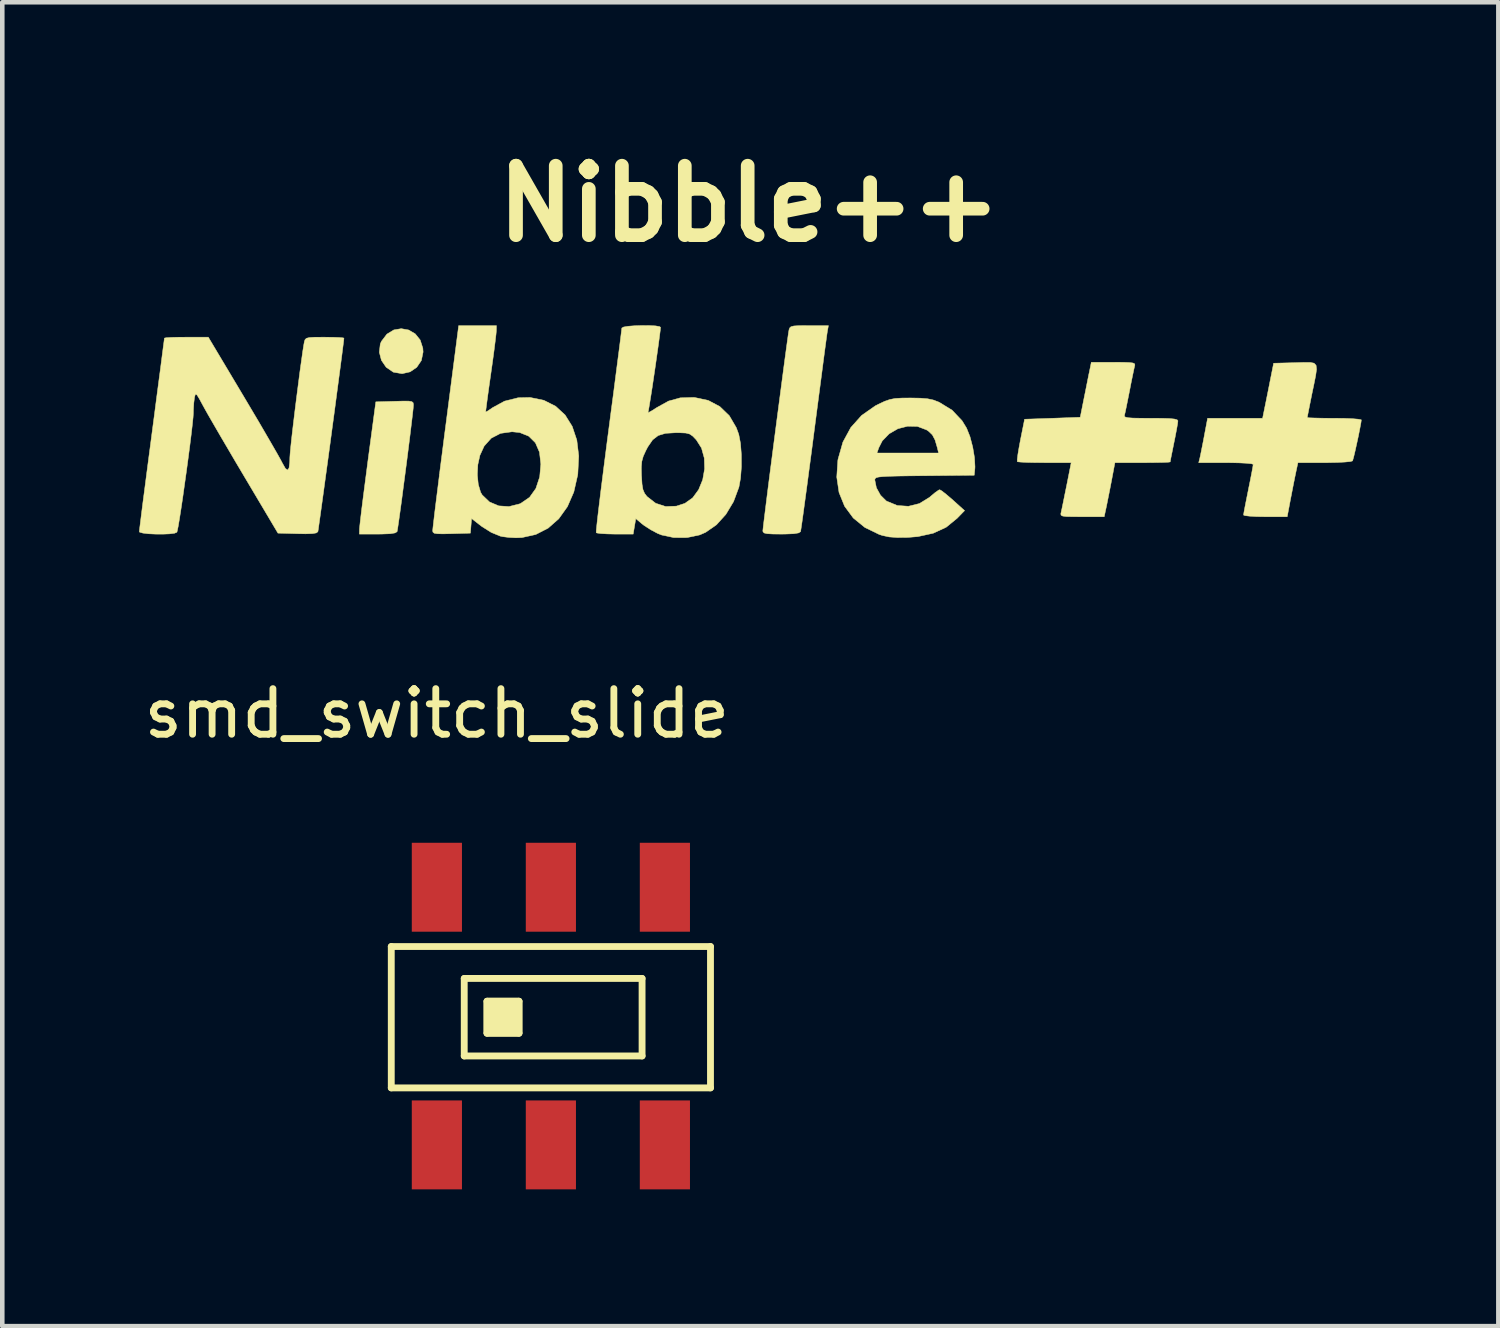
<source format=kicad_pcb>
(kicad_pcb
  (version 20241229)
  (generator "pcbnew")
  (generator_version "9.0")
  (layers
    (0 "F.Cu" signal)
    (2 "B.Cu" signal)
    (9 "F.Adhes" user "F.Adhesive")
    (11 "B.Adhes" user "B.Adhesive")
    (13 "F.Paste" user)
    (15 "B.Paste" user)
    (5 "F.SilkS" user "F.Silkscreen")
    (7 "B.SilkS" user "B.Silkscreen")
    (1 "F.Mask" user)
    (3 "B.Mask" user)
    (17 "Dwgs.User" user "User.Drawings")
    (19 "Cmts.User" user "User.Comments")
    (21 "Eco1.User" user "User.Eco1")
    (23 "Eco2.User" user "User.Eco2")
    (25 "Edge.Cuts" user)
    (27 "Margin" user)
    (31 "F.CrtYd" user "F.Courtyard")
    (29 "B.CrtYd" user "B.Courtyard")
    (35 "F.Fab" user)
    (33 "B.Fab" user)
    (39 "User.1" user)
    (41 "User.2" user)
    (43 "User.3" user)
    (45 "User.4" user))
  (footprint "smd_switch_slide"
    (layer "F.Cu")
    (at 6.53 16.406)
    (property "Reference" "smd_switch_slide" (at 0 -3.81 0) (layer "F.SilkS") (effects (font (size 1 1) (thickness 0.15))))
    (attr through_hole)
    (fp_line (start -1 1.3) (end 6 1.3) (stroke (width 0.15) (type solid)) (layer "F.SilkS"))
    (fp_line (start -1 4.4) (end -1 1.3) (stroke (width 0.15) (type solid)) (layer "F.SilkS"))
    (fp_line (start 0.6 2) (end 0.6 3.7) (stroke (width 0.15) (type solid)) (layer "F.SilkS"))
    (fp_line (start 0.6 3.7) (end 4.5 3.7) (stroke (width 0.15) (type solid)) (layer "F.SilkS"))
    (fp_line (start 1.1 2.5) (end 1.1 3.2) (stroke (width 0.15) (type solid)) (layer "F.SilkS"))
    (fp_line (start 1.1 3.2) (end 1.8 3.2) (stroke (width 0.15) (type solid)) (layer "F.SilkS"))
    (fp_line (start 1.8 2.5) (end 1.1 2.5) (stroke (width 0.15) (type solid)) (layer "F.SilkS"))
    (fp_line (start 1.8 3.2) (end 1.8 2.5) (stroke (width 0.15) (type solid)) (layer "F.SilkS"))
    (fp_line (start 4.5 2) (end 0.6 2) (stroke (width 0.15) (type solid)) (layer "F.SilkS"))
    (fp_line (start 4.5 3.7) (end 4.5 2) (stroke (width 0.15) (type solid)) (layer "F.SilkS"))
    (fp_line (start 6 1.3) (end 6 4.4) (stroke (width 0.15) (type solid)) (layer "F.SilkS"))
    (fp_line (start 6 4.4) (end -1 4.4) (stroke (width 0.15) (type solid)) (layer "F.SilkS"))
    (fp_poly (pts (xy 1.1 2.5) (xy 1.8 2.5) (xy 1.8 3.2) (xy 1.1 3.2)) (stroke (width 0.15) (type solid)) (fill yes) (layer "F.SilkS"))
    (pad "1" smd rect (at 0 0) (size 1.1 1.95) (layers "F.Cu" "F.Mask" "F.Paste"))
    (pad "1" smd rect (at 0 5.65) (size 1.1 1.95) (layers "F.Cu" "F.Mask" "F.Paste"))
    (pad "2" smd rect (at 2.5 0) (size 1.1 1.95) (layers "F.Cu" "F.Mask" "F.Paste"))
    (pad "2" smd rect (at 2.5 5.65) (size 1.1 1.95) (layers "F.Cu" "F.Mask" "F.Paste"))
    (pad "3" smd rect (at 5 0) (size 1.1 1.95) (layers "F.Cu" "F.Mask" "F.Paste"))
    (pad "3" smd rect (at 5 5.65) (size 1.1 1.95) (layers "F.Cu" "F.Mask" "F.Paste")))
  (footprint "Nibble++"
    (layer "F.Cu")
    (at 13.382 6.418)
    (property "Reference" "Nibble++" (at 0 -5 0) (layer "F.SilkS") (effects (font (size 1.524 1.524) (thickness 0.3))))
    (attr through_hole)
    (fp_poly (pts (xy -7.471 -2.232) (xy -7.327 -2.148) (xy -7.218 -2.013) (xy -7.16 -1.833) (xy -7.154 -1.749) (xy -7.192 -1.563) (xy -7.293 -1.414) (xy -7.439 -1.314) (xy -7.614 -1.274) (xy -7.801 -1.306) (xy -7.811 -1.31) (xy -7.964 -1.415) (xy -8.068 -1.567) (xy -8.114 -1.745) (xy -8.093 -1.924) (xy -8.068 -1.983) (xy -7.948 -2.141) (xy -7.797 -2.233) (xy -7.633 -2.261) (xy -7.471 -2.232)) (stroke (width 0.01) (type solid)) (fill yes) (layer "F.SilkS"))
    (fp_poly (pts (xy -7.469 -0.672) (xy -7.402 -0.661) (xy -7.373 -0.638) (xy -7.366 -0.599) (xy -7.366 -0.583) (xy -7.371 -0.516) (xy -7.386 -0.379) (xy -7.409 -0.185) (xy -7.438 0.054) (xy -7.472 0.326) (xy -7.509 0.618) (xy -7.548 0.917) (xy -7.587 1.212) (xy -7.623 1.489) (xy -7.657 1.737) (xy -7.686 1.943) (xy -7.708 2.094) (xy -7.722 2.179) (xy -7.725 2.191) (xy -7.768 2.218) (xy -7.877 2.236) (xy -8.06 2.243) (xy -8.148 2.244) (xy -8.551 2.244) (xy -8.549 2.127) (xy -8.542 2.058) (xy -8.526 1.915) (xy -8.502 1.711) (xy -8.47 1.457) (xy -8.432 1.163) (xy -8.39 0.841) (xy -8.369 0.677) (xy -8.191 -0.656) (xy -7.779 -0.668) (xy -7.59 -0.673) (xy -7.469 -0.672)) (stroke (width 0.01) (type solid)) (fill yes) (layer "F.SilkS"))
    (fp_poly (pts (xy 1.713 -2.212) (xy 1.703 -2.148) (xy 1.684 -2.008) (xy 1.656 -1.802) (xy 1.621 -1.537) (xy 1.58 -1.222) (xy 1.533 -0.866) (xy 1.482 -0.477) (xy 1.428 -0.063) (xy 1.417 0.021) (xy 1.363 0.436) (xy 1.311 0.826) (xy 1.264 1.183) (xy 1.221 1.499) (xy 1.185 1.765) (xy 1.156 1.974) (xy 1.135 2.117) (xy 1.124 2.186) (xy 1.123 2.191) (xy 1.08 2.218) (xy 0.971 2.236) (xy 0.788 2.243) (xy 0.7 2.244) (xy 0.511 2.242) (xy 0.391 2.235) (xy 0.326 2.22) (xy 0.3 2.194) (xy 0.296 2.172) (xy 0.302 2.115) (xy 0.317 1.985) (xy 0.341 1.79) (xy 0.372 1.54) (xy 0.409 1.245) (xy 0.451 0.916) (xy 0.497 0.561) (xy 0.545 0.191) (xy 0.594 -0.186) (xy 0.643 -0.558) (xy 0.69 -0.916) (xy 0.734 -1.251) (xy 0.774 -1.553) (xy 0.809 -1.811) (xy 0.837 -2.017) (xy 0.857 -2.16) (xy 0.869 -2.23) (xy 0.869 -2.233) (xy 0.884 -2.276) (xy 0.914 -2.304) (xy 0.977 -2.32) (xy 1.089 -2.327) (xy 1.266 -2.328) (xy 1.312 -2.328) (xy 1.734 -2.328) (xy 1.713 -2.212)) (stroke (width 0.01) (type solid)) (fill yes) (layer "F.SilkS"))
    (fp_poly (pts (xy 8.195 -1.523) (xy 8.333 -1.518) (xy 8.413 -1.508) (xy 8.449 -1.49) (xy 8.454 -1.462) (xy 8.451 -1.45) (xy 8.435 -1.38) (xy 8.407 -1.247) (xy 8.371 -1.071) (xy 8.34 -0.91) (xy 8.301 -0.715) (xy 8.267 -0.546) (xy 8.241 -0.423) (xy 8.228 -0.37) (xy 8.226 -0.341) (xy 8.247 -0.321) (xy 8.305 -0.308) (xy 8.41 -0.3) (xy 8.576 -0.297) (xy 8.802 -0.296) (xy 9.045 -0.295) (xy 9.215 -0.29) (xy 9.323 -0.279) (xy 9.38 -0.263) (xy 9.398 -0.24) (xy 9.398 -0.237) (xy 9.39 -0.173) (xy 9.368 -0.046) (xy 9.336 0.121) (xy 9.313 0.233) (xy 9.278 0.408) (xy 9.249 0.55) (xy 9.232 0.64) (xy 9.229 0.661) (xy 9.189 0.667) (xy 9.079 0.672) (xy 8.915 0.675) (xy 8.711 0.677) (xy 8.623 0.677) (xy 8.017 0.677) (xy 7.943 1.069) (xy 7.904 1.27) (xy 7.865 1.465) (xy 7.834 1.621) (xy 7.825 1.662) (xy 7.782 1.863) (xy 7.298 1.863) (xy 7.09 1.862) (xy 6.953 1.859) (xy 6.873 1.849) (xy 6.837 1.831) (xy 6.83 1.802) (xy 6.837 1.767) (xy 6.854 1.689) (xy 6.883 1.549) (xy 6.92 1.366) (xy 6.959 1.175) (xy 7.058 0.677) (xy 6.478 0.677) (xy 6.266 0.676) (xy 6.084 0.672) (xy 5.951 0.665) (xy 5.882 0.658) (xy 5.877 0.655) (xy 5.875 0.608) (xy 5.889 0.495) (xy 5.916 0.335) (xy 5.945 0.179) (xy 6.036 -0.275) (xy 6.646 -0.296) (xy 7.256 -0.318) (xy 7.332 -0.699) (xy 7.373 -0.901) (xy 7.413 -1.103) (xy 7.446 -1.267) (xy 7.454 -1.302) (xy 7.499 -1.524) (xy 7.986 -1.524) (xy 8.195 -1.523)) (stroke (width 0.01) (type solid)) (fill yes) (layer "F.SilkS"))
    (fp_poly (pts (xy 12.383 -1.504) (xy 12.428 -1.457) (xy 12.438 -1.369) (xy 12.418 -1.227) (xy 12.377 -1.022) (xy 12.34 -0.847) (xy 12.3 -0.648) (xy 12.267 -0.482) (xy 12.244 -0.365) (xy 12.234 -0.313) (xy 12.234 -0.312) (xy 12.274 -0.306) (xy 12.383 -0.302) (xy 12.547 -0.298) (xy 12.75 -0.296) (xy 12.827 -0.296) (xy 13.04 -0.294) (xy 13.219 -0.287) (xy 13.349 -0.276) (xy 13.415 -0.264) (xy 13.42 -0.259) (xy 13.411 -0.193) (xy 13.388 -0.071) (xy 13.357 0.087) (xy 13.32 0.258) (xy 13.284 0.42) (xy 13.253 0.551) (xy 13.231 0.628) (xy 13.227 0.639) (xy 13.178 0.653) (xy 13.061 0.664) (xy 12.891 0.673) (xy 12.684 0.677) (xy 12.616 0.677) (xy 12.03 0.677) (xy 11.987 0.878) (xy 11.959 1.013) (xy 11.922 1.199) (xy 11.883 1.401) (xy 11.869 1.471) (xy 11.795 1.863) (xy 11.316 1.863) (xy 11.126 1.86) (xy 10.972 1.851) (xy 10.87 1.839) (xy 10.837 1.826) (xy 10.845 1.773) (xy 10.867 1.654) (xy 10.9 1.486) (xy 10.94 1.287) (xy 10.943 1.27) (xy 10.984 1.069) (xy 11.017 0.898) (xy 11.04 0.775) (xy 11.049 0.715) (xy 11.049 0.714) (xy 11.009 0.701) (xy 10.9 0.69) (xy 10.736 0.682) (xy 10.533 0.678) (xy 10.452 0.677) (xy 9.854 0.677) (xy 9.878 0.582) (xy 9.896 0.499) (xy 9.924 0.358) (xy 9.959 0.182) (xy 9.975 0.095) (xy 10.049 -0.296) (xy 11.255 -0.296) (xy 11.3 -0.519) (xy 11.33 -0.666) (xy 11.369 -0.86) (xy 11.41 -1.066) (xy 11.421 -1.122) (xy 11.497 -1.503) (xy 11.972 -1.515) (xy 12.161 -1.521) (xy 12.296 -1.521) (xy 12.383 -1.504)) (stroke (width 0.01) (type solid)) (fill yes) (layer "F.SilkS"))
    (fp_poly (pts (xy 3.749 -0.737) (xy 3.906 -0.724) (xy 4.03 -0.698) (xy 4.147 -0.654) (xy 4.17 -0.643) (xy 4.448 -0.472) (xy 4.665 -0.242) (xy 4.764 -0.08) (xy 4.838 0.106) (xy 4.898 0.334) (xy 4.937 0.566) (xy 4.948 0.768) (xy 4.946 0.808) (xy 4.932 0.953) (xy 3.842 0.964) (xy 3.51 0.967) (xy 3.254 0.971) (xy 3.063 0.976) (xy 2.928 0.983) (xy 2.839 0.992) (xy 2.786 1.005) (xy 2.761 1.023) (xy 2.752 1.045) (xy 2.752 1.06) (xy 2.786 1.228) (xy 2.876 1.391) (xy 2.999 1.513) (xy 3.01 1.521) (xy 3.244 1.617) (xy 3.489 1.634) (xy 3.73 1.574) (xy 3.951 1.438) (xy 3.976 1.416) (xy 4.075 1.333) (xy 4.151 1.28) (xy 4.175 1.271) (xy 4.222 1.298) (xy 4.313 1.369) (xy 4.432 1.47) (xy 4.466 1.5) (xy 4.72 1.729) (xy 4.556 1.898) (xy 4.317 2.093) (xy 4.032 2.225) (xy 3.694 2.299) (xy 3.471 2.317) (xy 3.241 2.319) (xy 3.066 2.306) (xy 2.918 2.274) (xy 2.849 2.252) (xy 2.534 2.099) (xy 2.279 1.891) (xy 2.089 1.633) (xy 1.967 1.332) (xy 1.917 0.994) (xy 1.941 0.626) (xy 1.947 0.595) (xy 1.984 0.466) (xy 2.798 0.466) (xy 4.15 0.466) (xy 4.122 0.349) (xy 4.072 0.179) (xy 4.013 0.067) (xy 3.929 -0.013) (xy 3.885 -0.042) (xy 3.687 -0.117) (xy 3.472 -0.122) (xy 3.258 -0.067) (xy 3.066 0.044) (xy 2.915 0.2) (xy 2.84 0.348) (xy 2.798 0.466) (xy 1.984 0.466) (xy 2.052 0.226) (xy 2.225 -0.093) (xy 2.462 -0.358) (xy 2.761 -0.568) (xy 2.828 -0.602) (xy 2.965 -0.667) (xy 3.079 -0.707) (xy 3.196 -0.73) (xy 3.343 -0.739) (xy 3.534 -0.741) (xy 3.749 -0.737)) (stroke (width 0.01) (type solid)) (fill yes) (layer "F.SilkS"))
    (fp_poly (pts (xy -5.548 -2.212) (xy -5.555 -2.135) (xy -5.572 -1.989) (xy -5.597 -1.79) (xy -5.629 -1.552) (xy -5.666 -1.291) (xy -5.669 -1.27) (xy -5.705 -1.017) (xy -5.736 -0.794) (xy -5.76 -0.614) (xy -5.776 -0.49) (xy -5.781 -0.436) (xy -5.78 -0.434) (xy -5.745 -0.451) (xy -5.666 -0.503) (xy -5.631 -0.528) (xy -5.369 -0.671) (xy -5.07 -0.746) (xy -4.808 -0.752) (xy -4.506 -0.69) (xy -4.248 -0.56) (xy -4.04 -0.368) (xy -3.884 -0.118) (xy -3.783 0.183) (xy -3.741 0.531) (xy -3.761 0.92) (xy -3.765 0.951) (xy -3.849 1.321) (xy -3.989 1.642) (xy -4.179 1.908) (xy -4.413 2.114) (xy -4.684 2.253) (xy -4.987 2.32) (xy -5.119 2.325) (xy -5.273 2.317) (xy -5.409 2.3) (xy -5.463 2.288) (xy -5.66 2.207) (xy -5.866 2.077) (xy -5.935 2.024) (xy -6.091 1.902) (xy -6.117 2.223) (xy -6.53 2.235) (xy -6.72 2.239) (xy -6.842 2.236) (xy -6.909 2.225) (xy -6.938 2.201) (xy -6.944 2.171) (xy -6.939 2.116) (xy -6.924 1.984) (xy -6.901 1.785) (xy -6.869 1.526) (xy -6.83 1.216) (xy -6.796 0.944) (xy -5.965 0.944) (xy -5.944 1.154) (xy -5.893 1.326) (xy -5.858 1.386) (xy -5.697 1.54) (xy -5.495 1.625) (xy -5.27 1.64) (xy -5.036 1.581) (xy -5.012 1.57) (xy -4.82 1.438) (xy -4.681 1.243) (xy -4.597 0.989) (xy -4.572 0.71) (xy -4.602 0.447) (xy -4.691 0.242) (xy -4.837 0.097) (xy -5.035 0.017) (xy -5.204 0) (xy -5.456 0.035) (xy -5.659 0.14) (xy -5.815 0.314) (xy -5.909 0.519) (xy -5.954 0.723) (xy -5.965 0.944) (xy -6.796 0.944) (xy -6.786 0.862) (xy -6.736 0.473) (xy -6.683 0.057) (xy -6.66 -0.116) (xy -6.374 -2.328) (xy -5.546 -2.328) (xy -5.548 -2.212)) (stroke (width 0.01) (type solid)) (fill yes) (layer "F.SilkS"))
    (fp_poly (pts (xy -2.193 -2.329) (xy -2.058 -2.322) (xy -1.97 -2.307) (xy -1.947 -2.291) (xy -1.953 -2.225) (xy -1.97 -2.093) (xy -1.994 -1.911) (xy -2.025 -1.693) (xy -2.059 -1.454) (xy -2.095 -1.21) (xy -2.13 -0.975) (xy -2.163 -0.764) (xy -2.191 -0.592) (xy -2.211 -0.473) (xy -2.222 -0.424) (xy -2.222 -0.424) (xy -2.204 -0.425) (xy -2.131 -0.465) (xy -2.03 -0.53) (xy -1.772 -0.673) (xy -1.515 -0.744) (xy -1.228 -0.753) (xy -1.198 -0.751) (xy -0.902 -0.688) (xy -0.647 -0.553) (xy -0.439 -0.352) (xy -0.286 -0.09) (xy -0.232 0.057) (xy -0.194 0.254) (xy -0.175 0.501) (xy -0.174 0.766) (xy -0.193 1.017) (xy -0.228 1.213) (xy -0.346 1.531) (xy -0.514 1.811) (xy -0.721 2.04) (xy -0.958 2.205) (xy -1.089 2.262) (xy -1.365 2.32) (xy -1.654 2.321) (xy -1.922 2.264) (xy -2.011 2.229) (xy -2.161 2.149) (xy -2.303 2.058) (xy -2.356 2.017) (xy -2.49 1.904) (xy -2.547 2.244) (xy -2.943 2.244) (xy -3.117 2.24) (xy -3.257 2.232) (xy -3.342 2.22) (xy -3.358 2.212) (xy -3.356 2.165) (xy -3.344 2.042) (xy -3.323 1.851) (xy -3.293 1.6) (xy -3.256 1.296) (xy -3.212 0.949) (xy -3.191 0.781) (xy -2.369 0.781) (xy -2.365 0.963) (xy -2.364 0.97) (xy -2.353 1.149) (xy -2.333 1.267) (xy -2.298 1.35) (xy -2.244 1.42) (xy -2.054 1.568) (xy -1.836 1.639) (xy -1.601 1.631) (xy -1.414 1.57) (xy -1.243 1.449) (xy -1.112 1.27) (xy -1.023 1.053) (xy -0.981 0.815) (xy -0.988 0.577) (xy -1.049 0.357) (xy -1.164 0.176) (xy -1.241 0.096) (xy -1.308 0.05) (xy -1.392 0.028) (xy -1.518 0.022) (xy -1.616 0.021) (xy -1.837 0.034) (xy -1.998 0.082) (xy -2.121 0.177) (xy -2.228 0.333) (xy -2.269 0.412) (xy -2.327 0.539) (xy -2.358 0.651) (xy -2.369 0.781) (xy -3.191 0.781) (xy -3.163 0.564) (xy -3.11 0.151) (xy -3.087 -0.021) (xy -3.032 -0.444) (xy -2.979 -0.843) (xy -2.932 -1.208) (xy -2.89 -1.533) (xy -2.854 -1.809) (xy -2.826 -2.029) (xy -2.807 -2.183) (xy -2.797 -2.265) (xy -2.796 -2.275) (xy -2.757 -2.297) (xy -2.655 -2.314) (xy -2.513 -2.325) (xy -2.351 -2.33) (xy -2.193 -2.329)) (stroke (width 0.01) (type solid)) (fill yes) (layer "F.SilkS"))
    (fp_poly (pts (xy -11.1 -0.794) (xy -10.917 -0.486) (xy -10.744 -0.194) (xy -10.588 0.074) (xy -10.453 0.307) (xy -10.345 0.495) (xy -10.271 0.628) (xy -10.24 0.688) (xy -10.174 0.804) (xy -10.125 0.84) (xy -10.094 0.794) (xy -10.078 0.666) (xy -10.076 0.567) (xy -10.07 0.478) (xy -10.055 0.319) (xy -10.032 0.104) (xy -10.002 -0.152) (xy -9.968 -0.435) (xy -9.931 -0.732) (xy -9.893 -1.027) (xy -9.857 -1.307) (xy -9.822 -1.558) (xy -9.793 -1.765) (xy -9.769 -1.914) (xy -9.757 -1.979) (xy -9.742 -2.022) (xy -9.712 -2.05) (xy -9.648 -2.066) (xy -9.537 -2.073) (xy -9.36 -2.074) (xy -9.313 -2.074) (xy -9.135 -2.072) (xy -8.994 -2.067) (xy -8.908 -2.059) (xy -8.89 -2.053) (xy -8.895 -2) (xy -8.911 -1.873) (xy -8.935 -1.683) (xy -8.967 -1.439) (xy -9.005 -1.151) (xy -9.048 -0.828) (xy -9.094 -0.48) (xy -9.143 -0.118) (xy -9.192 0.249) (xy -9.241 0.611) (xy -9.289 0.959) (xy -9.333 1.282) (xy -9.373 1.572) (xy -9.407 1.817) (xy -9.434 2.009) (xy -9.452 2.137) (xy -9.461 2.191) (xy -9.462 2.192) (xy -9.495 2.218) (xy -9.581 2.233) (xy -9.731 2.238) (xy -9.909 2.235) (xy -10.337 2.223) (xy -11.079 0.974) (xy -11.263 0.664) (xy -11.439 0.364) (xy -11.603 0.085) (xy -11.746 -0.162) (xy -11.864 -0.366) (xy -11.948 -0.516) (xy -11.981 -0.576) (xy -12.061 -0.723) (xy -12.11 -0.804) (xy -12.138 -0.826) (xy -12.155 -0.8) (xy -12.167 -0.751) (xy -12.182 -0.632) (xy -12.191 -0.477) (xy -12.192 -0.407) (xy -12.198 -0.315) (xy -12.214 -0.158) (xy -12.238 0.051) (xy -12.269 0.3) (xy -12.305 0.576) (xy -12.344 0.865) (xy -12.385 1.155) (xy -12.424 1.434) (xy -12.462 1.688) (xy -12.496 1.905) (xy -12.524 2.072) (xy -12.545 2.175) (xy -12.553 2.203) (xy -12.605 2.225) (xy -12.716 2.239) (xy -12.862 2.245) (xy -13.023 2.244) (xy -13.176 2.237) (xy -13.298 2.222) (xy -13.369 2.202) (xy -13.377 2.191) (xy -13.372 2.139) (xy -13.356 2.012) (xy -13.332 1.818) (xy -13.3 1.564) (xy -13.26 1.26) (xy -13.215 0.912) (xy -13.165 0.531) (xy -13.111 0.122) (xy -13.102 0.052) (xy -13.048 -0.358) (xy -12.998 -0.743) (xy -12.952 -1.093) (xy -12.911 -1.401) (xy -12.878 -1.659) (xy -12.852 -1.859) (xy -12.834 -1.993) (xy -12.827 -2.052) (xy -12.827 -2.054) (xy -12.787 -2.062) (xy -12.68 -2.069) (xy -12.522 -2.073) (xy -12.345 -2.074) (xy -11.864 -2.074) (xy -11.1 -0.794)) (stroke (width 0.01) (type solid)) (fill yes) (layer "F.SilkS")))
  (gr_rect
    (start -3 -3)
    (end 29.807 26.031)
    (stroke (width 0.1) (type default))
    (fill no)
    (layer "Edge.Cuts")))
</source>
